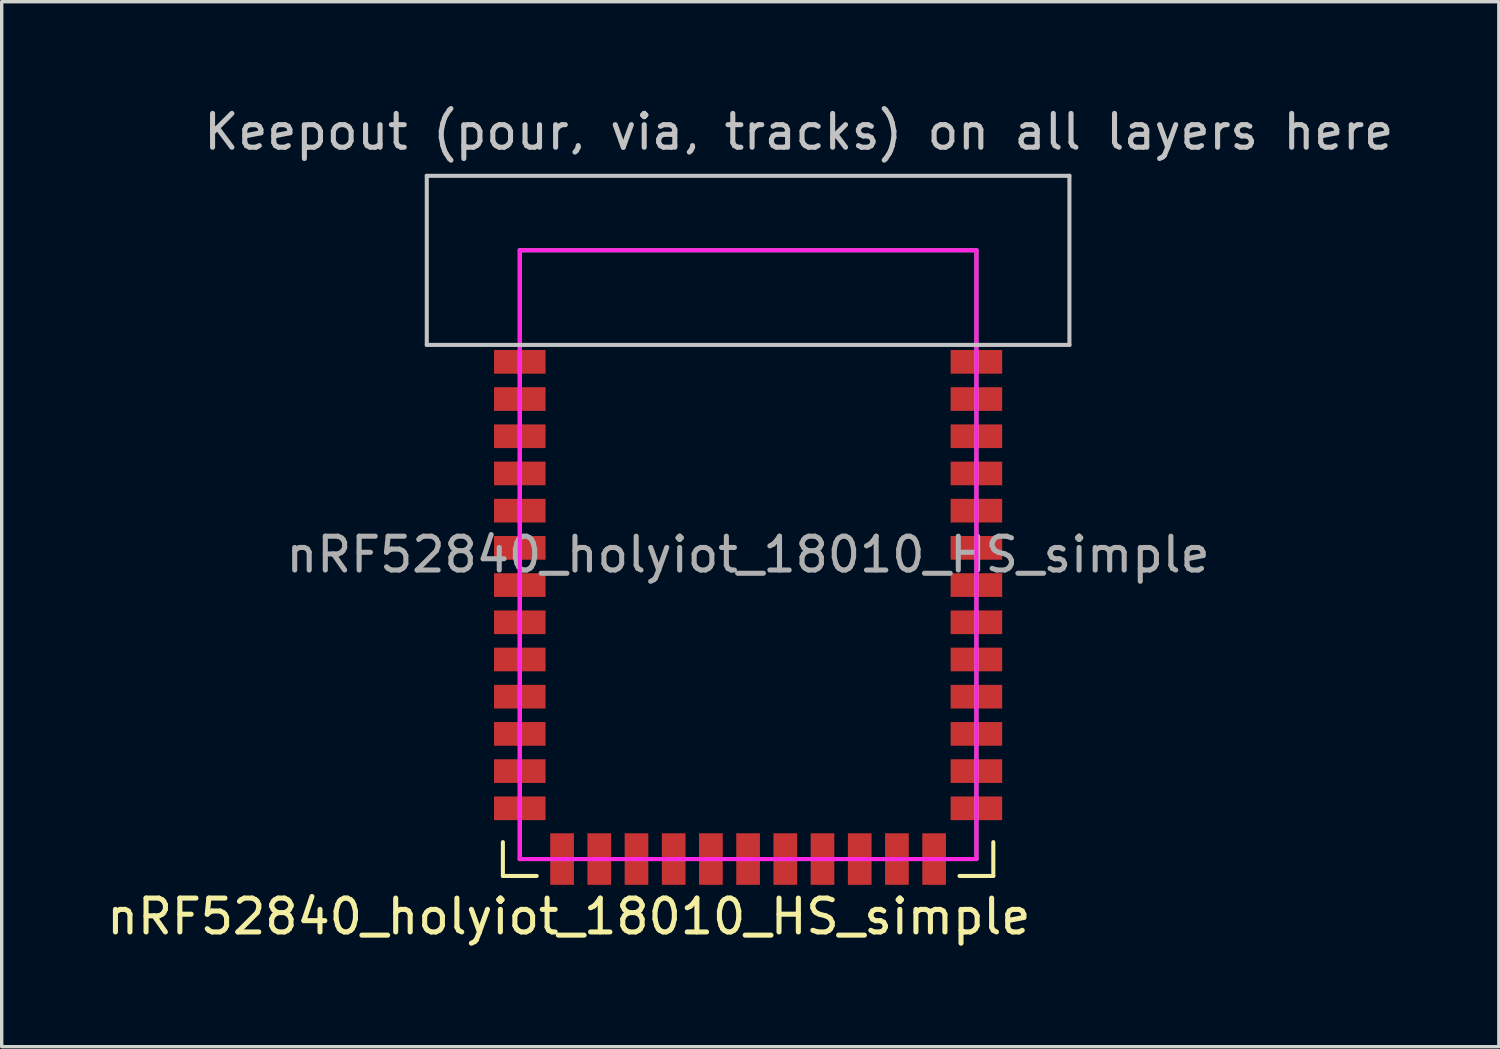
<source format=kicad_pcb>
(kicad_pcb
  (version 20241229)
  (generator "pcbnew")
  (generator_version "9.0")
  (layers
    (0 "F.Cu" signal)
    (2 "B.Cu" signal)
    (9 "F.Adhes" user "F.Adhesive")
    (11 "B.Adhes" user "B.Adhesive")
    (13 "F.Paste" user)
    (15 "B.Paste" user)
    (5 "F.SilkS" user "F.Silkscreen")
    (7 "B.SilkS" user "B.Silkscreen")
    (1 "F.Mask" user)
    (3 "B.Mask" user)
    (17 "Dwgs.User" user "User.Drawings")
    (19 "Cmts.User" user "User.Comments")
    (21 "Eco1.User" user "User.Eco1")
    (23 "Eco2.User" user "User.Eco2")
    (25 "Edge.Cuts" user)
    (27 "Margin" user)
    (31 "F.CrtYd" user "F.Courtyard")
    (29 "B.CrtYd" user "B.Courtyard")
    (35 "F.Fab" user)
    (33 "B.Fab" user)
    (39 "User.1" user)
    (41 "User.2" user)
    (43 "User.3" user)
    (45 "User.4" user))
  (footprint "nRF52840_holyiot_18010_HS_simple"
    (layer "F.Cu")
    (at 19.068 13.348)
    (property "Reference" "nRF52840_holyiot_18010_HS_simple" (at -5.3 10.7 0) (layer "F.SilkS") (effects (font (size 1 1) (thickness 0.15))))
    (attr smd)
    (fp_line (start -7.25 8.5) (end -7.25 9.5) (stroke (width 0.12) (type solid)) (layer "F.SilkS"))
    (fp_line (start -6.25 9.5) (end -7.25 9.5) (stroke (width 0.12) (type solid)) (layer "F.SilkS"))
    (fp_line (start 6.25 9.5) (end 7.25 9.5) (stroke (width 0.12) (type solid)) (layer "F.SilkS"))
    (fp_line (start 7.25 8.5) (end 7.25 9.5) (stroke (width 0.12) (type solid)) (layer "F.SilkS"))
    (fp_line (start -9.5 -11.2) (end 9.5 -11.2) (stroke (width 0.12) (type solid)) (layer "Dwgs.User"))
    (fp_line (start -9.5 -6.2) (end -9.5 -11.2) (stroke (width 0.12) (type solid)) (layer "Dwgs.User"))
    (fp_line (start 9.5 -11.2) (end 9.5 -6.2) (stroke (width 0.12) (type solid)) (layer "Dwgs.User"))
    (fp_line (start 9.5 -6.2) (end -9.5 -6.2) (stroke (width 0.12) (type solid)) (layer "Dwgs.User"))
    (fp_line (start -6.75 -9) (end 6.75 -9) (stroke (width 0.12) (type solid)) (layer "F.CrtYd"))
    (fp_line (start -6.75 9) (end -6.75 -9) (stroke (width 0.12) (type solid)) (layer "F.CrtYd"))
    (fp_line (start 6.75 -9) (end 6.75 9) (stroke (width 0.12) (type solid)) (layer "F.CrtYd"))
    (fp_line (start 6.75 9) (end -6.75 9) (stroke (width 0.12) (type solid)) (layer "F.CrtYd"))
    (fp_line (start -6.75 -9) (end 6.75 -9) (stroke (width 0.12) (type solid)) (layer "F.Fab"))
    (fp_line (start -6.75 9) (end -6.75 -9) (stroke (width 0.12) (type solid)) (layer "F.Fab"))
    (fp_line (start 6.75 -9) (end 6.75 9) (stroke (width 0.12) (type solid)) (layer "F.Fab"))
    (fp_line (start 6.75 9) (end -6.75 9) (stroke (width 0.12) (type solid)) (layer "F.Fab"))
    (fp_text user "Keepout (pour, via, tracks) on all layers here" (at 1.5 -12.5 0) (layer "Dwgs.User") (effects (font (size 1 1) (thickness 0.15))))
    (fp_text user "${REFERENCE}" (at 0 0 0) (layer "F.Fab") (effects (font (size 1 1) (thickness 0.15))))
    (pad "1" smd rect (at -6.75 -5.7) (size 1.524 0.7) (layers "F.Cu" "F.Mask" "F.Paste"))
    (pad "2" smd rect (at -6.75 -4.6) (size 1.524 0.7) (layers "F.Cu" "F.Mask" "F.Paste"))
    (pad "3" smd rect (at -6.75 -3.5) (size 1.524 0.7) (layers "F.Cu" "F.Mask" "F.Paste"))
    (pad "4" smd rect (at -6.75 -2.4) (size 1.524 0.7) (layers "F.Cu" "F.Mask" "F.Paste"))
    (pad "5" smd rect (at -6.75 -1.3) (size 1.524 0.7) (layers "F.Cu" "F.Mask" "F.Paste"))
    (pad "6" smd rect (at -6.75 -0.2) (size 1.524 0.7) (layers "F.Cu" "F.Mask" "F.Paste"))
    (pad "7" smd rect (at -6.75 0.9) (size 1.524 0.7) (layers "F.Cu" "F.Mask" "F.Paste"))
    (pad "8" smd rect (at -6.75 2) (size 1.524 0.7) (layers "F.Cu" "F.Mask" "F.Paste"))
    (pad "9" smd rect (at -6.75 3.1) (size 1.524 0.7) (layers "F.Cu" "F.Mask" "F.Paste"))
    (pad "10" smd rect (at -6.75 4.2) (size 1.524 0.7) (layers "F.Cu" "F.Mask" "F.Paste"))
    (pad "11" smd rect (at -6.75 5.3) (size 1.524 0.7) (layers "F.Cu" "F.Mask" "F.Paste"))
    (pad "12" smd rect (at -6.75 6.4) (size 1.524 0.7) (layers "F.Cu" "F.Mask" "F.Paste"))
    (pad "13" smd rect (at -6.75 7.5) (size 1.524 0.7) (layers "F.Cu" "F.Mask" "F.Paste"))
    (pad "14" smd rect (at -5.5 9 90) (size 1.524 0.7) (layers "F.Cu" "F.Mask" "F.Paste"))
    (pad "15" smd rect (at -4.4 9 90) (size 1.524 0.7) (layers "F.Cu" "F.Mask" "F.Paste"))
    (pad "16" smd rect (at -3.3 9 90) (size 1.524 0.7) (layers "F.Cu" "F.Mask" "F.Paste"))
    (pad "17" smd rect (at -2.2 9 90) (size 1.524 0.7) (layers "F.Cu" "F.Mask" "F.Paste"))
    (pad "18" smd rect (at -1.1 9 90) (size 1.524 0.7) (layers "F.Cu" "F.Mask" "F.Paste"))
    (pad "19" smd rect (at 0 9 90) (size 1.524 0.7) (layers "F.Cu" "F.Mask" "F.Paste"))
    (pad "20" smd rect (at 1.1 9 90) (size 1.524 0.7) (layers "F.Cu" "F.Mask" "F.Paste"))
    (pad "21" smd rect (at 2.2 9 90) (size 1.524 0.7) (layers "F.Cu" "F.Mask" "F.Paste"))
    (pad "22" smd rect (at 3.3 9 90) (size 1.524 0.7) (layers "F.Cu" "F.Mask" "F.Paste"))
    (pad "23" smd rect (at 4.4 9 90) (size 1.524 0.7) (layers "F.Cu" "F.Mask" "F.Paste"))
    (pad "24" smd rect (at 5.5 9 90) (size 1.524 0.7) (layers "F.Cu" "F.Mask" "F.Paste"))
    (pad "25" smd rect (at 6.75 7.5 180) (size 1.524 0.7) (layers "F.Cu" "F.Mask" "F.Paste"))
    (pad "26" smd rect (at 6.75 6.4 180) (size 1.524 0.7) (layers "F.Cu" "F.Mask" "F.Paste"))
    (pad "27" smd rect (at 6.75 5.3 180) (size 1.524 0.7) (layers "F.Cu" "F.Mask" "F.Paste"))
    (pad "28" smd rect (at 6.75 4.2 180) (size 1.524 0.7) (layers "F.Cu" "F.Mask" "F.Paste"))
    (pad "29" smd rect (at 6.75 3.1 180) (size 1.524 0.7) (layers "F.Cu" "F.Mask" "F.Paste"))
    (pad "30" smd rect (at 6.75 2 180) (size 1.524 0.7) (layers "F.Cu" "F.Mask" "F.Paste"))
    (pad "31" smd rect (at 6.75 0.9 180) (size 1.524 0.7) (layers "F.Cu" "F.Mask" "F.Paste"))
    (pad "32" smd rect (at 6.75 -0.2 180) (size 1.524 0.7) (layers "F.Cu" "F.Mask" "F.Paste"))
    (pad "33" smd rect (at 6.75 -1.3 180) (size 1.524 0.7) (layers "F.Cu" "F.Mask" "F.Paste"))
    (pad "34" smd rect (at 6.75 -2.4 180) (size 1.524 0.7) (layers "F.Cu" "F.Mask" "F.Paste"))
    (pad "35" smd rect (at 6.75 -3.5 180) (size 1.524 0.7) (layers "F.Cu" "F.Mask" "F.Paste"))
    (pad "36" smd rect (at 6.75 -4.6 180) (size 1.524 0.7) (layers "F.Cu" "F.Mask" "F.Paste"))
    (pad "37" smd rect (at 6.75 -5.7 180) (size 1.524 0.7) (layers "F.Cu" "F.Mask" "F.Paste"))
    (zone (net_name "") (layers "F.Cu" "B.Cu") (hatch edge 0.5) (connect_pads) (min_thickness 0.25) (filled_areas_thickness no) (keepout (tracks not_allowed) (vias not_allowed) (pads not_allowed) (copperpour not_allowed) (footprints not_allowed)) (placement (enabled no)) (fill) (polygon (pts (xy 9.568 7.148) (xy 9.568 2.148) (xy 28.568 2.148) (xy 28.568 7.148)))))
  (gr_rect
    (start -3 -3)
    (end 41.264 27.896)
    (stroke (width 0.1) (type default))
    (fill no)
    (layer "Edge.Cuts")))
</source>
